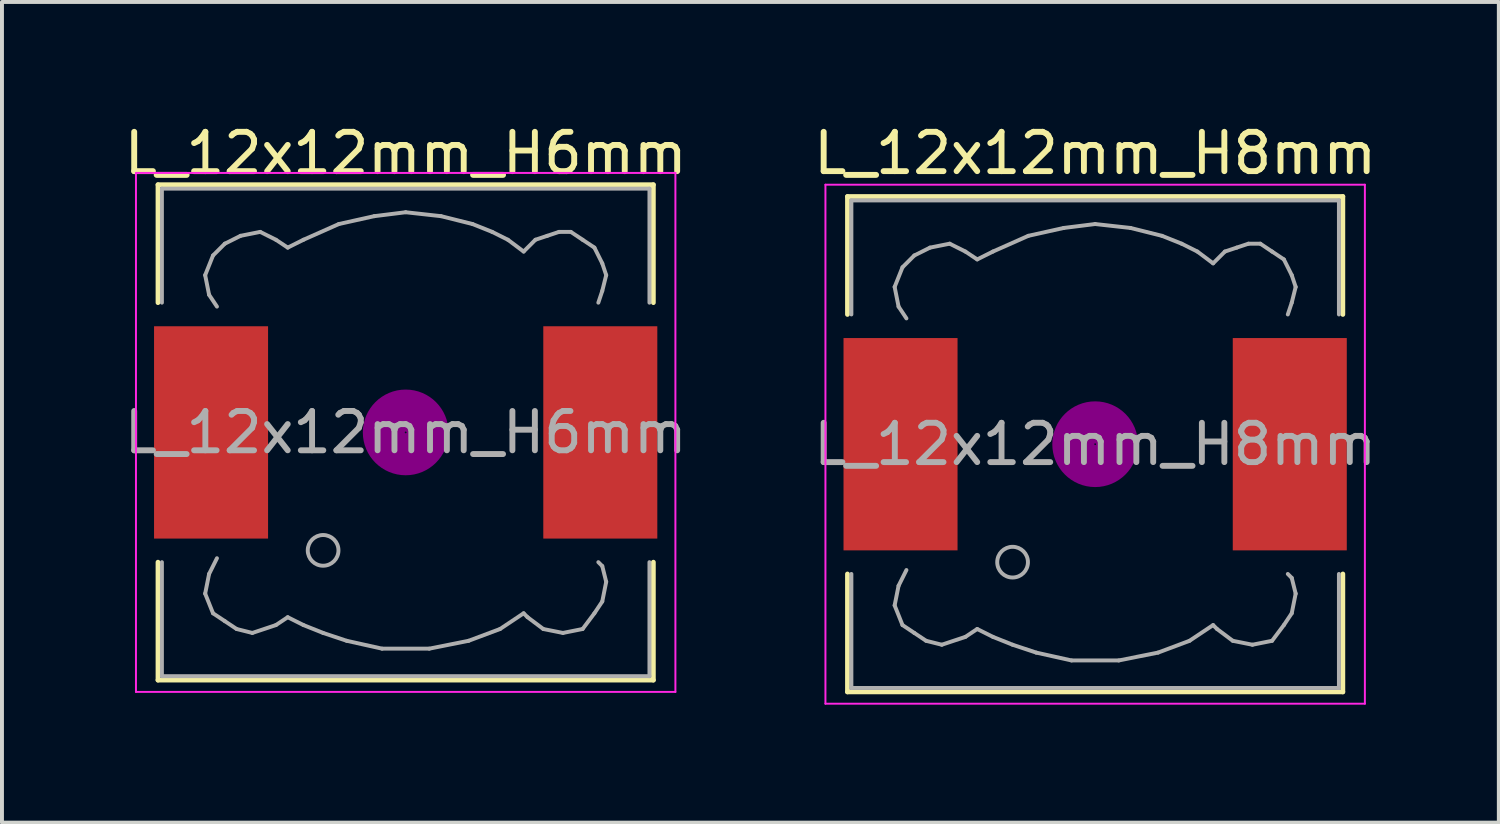
<source format=kicad_pcb>
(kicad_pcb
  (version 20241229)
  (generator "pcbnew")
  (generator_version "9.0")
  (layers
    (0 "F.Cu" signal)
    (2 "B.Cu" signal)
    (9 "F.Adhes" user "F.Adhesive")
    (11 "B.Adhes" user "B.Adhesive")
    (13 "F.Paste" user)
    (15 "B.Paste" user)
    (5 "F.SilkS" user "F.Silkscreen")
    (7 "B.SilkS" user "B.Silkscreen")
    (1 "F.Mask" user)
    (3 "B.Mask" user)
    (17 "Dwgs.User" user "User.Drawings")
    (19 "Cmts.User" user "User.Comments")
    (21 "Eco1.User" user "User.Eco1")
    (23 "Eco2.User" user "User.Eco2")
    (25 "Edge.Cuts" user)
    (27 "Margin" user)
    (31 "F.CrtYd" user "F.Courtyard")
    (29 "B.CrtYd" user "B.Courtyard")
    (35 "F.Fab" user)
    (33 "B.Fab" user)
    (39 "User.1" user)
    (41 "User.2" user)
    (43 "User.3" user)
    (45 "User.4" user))
  (footprint "L_12x12mm_H6mm"
    (layer "F.Cu")
    (at 7.268 7.948)
    (property "Reference" "L_12x12mm_H6mm" (at 0 -7.1 0) (layer "F.SilkS") (effects (font (size 1 1) (thickness 0.15))))
    (attr smd)
    (fp_line (start -6.3 -6.3) (end 6.3 -6.3) (stroke (width 0.12) (type solid)) (layer "F.SilkS"))
    (fp_line (start -6.3 -3.3) (end -6.3 -6.3) (stroke (width 0.12) (type solid)) (layer "F.SilkS"))
    (fp_line (start -6.3 6.3) (end -6.3 3.3) (stroke (width 0.12) (type solid)) (layer "F.SilkS"))
    (fp_line (start 6.3 -6.3) (end 6.3 -3.3) (stroke (width 0.12) (type solid)) (layer "F.SilkS"))
    (fp_line (start 6.3 3.3) (end 6.3 6.3) (stroke (width 0.12) (type solid)) (layer "F.SilkS"))
    (fp_line (start 6.3 6.3) (end -6.3 6.3) (stroke (width 0.12) (type solid)) (layer "F.SilkS"))
    (fp_circle (center 0 0) (end 0.15 0.15) (stroke (width 0.38) (type solid)) (fill no) (layer "F.Adhes"))
    (fp_circle (center 0 0) (end 0.55 0) (stroke (width 0.38) (type solid)) (fill no) (layer "F.Adhes"))
    (fp_circle (center 0 0) (end 0.9 0) (stroke (width 0.38) (type solid)) (fill no) (layer "F.Adhes"))
    (fp_line (start -6.86 -6.6) (end 6.86 -6.6) (stroke (width 0.05) (type solid)) (layer "F.CrtYd"))
    (fp_line (start -6.86 6.6) (end -6.86 -6.6) (stroke (width 0.05) (type solid)) (layer "F.CrtYd"))
    (fp_line (start 6.86 -6.6) (end 6.86 6.6) (stroke (width 0.05) (type solid)) (layer "F.CrtYd"))
    (fp_line (start 6.86 6.6) (end -6.86 6.6) (stroke (width 0.05) (type solid)) (layer "F.CrtYd"))
    (fp_line (start -6.2 -6.2) (end -6.2 -3.3) (stroke (width 0.1) (type solid)) (layer "F.Fab"))
    (fp_line (start -6.2 3.3) (end -6.2 6.2) (stroke (width 0.1) (type solid)) (layer "F.Fab"))
    (fp_line (start -6.2 6.2) (end 6.2 6.2) (stroke (width 0.1) (type solid)) (layer "F.Fab"))
    (fp_line (start -5.1 -4) (end -5 -3.5) (stroke (width 0.1) (type solid)) (layer "F.Fab"))
    (fp_line (start -5.1 4.1) (end -5 3.6) (stroke (width 0.1) (type solid)) (layer "F.Fab"))
    (fp_line (start -5 -3.5) (end -4.8 -3.2) (stroke (width 0.1) (type solid)) (layer "F.Fab"))
    (fp_line (start -5 3.6) (end -4.8 3.2) (stroke (width 0.1) (type solid)) (layer "F.Fab"))
    (fp_line (start -4.9 -4.5) (end -5.1 -4) (stroke (width 0.1) (type solid)) (layer "F.Fab"))
    (fp_line (start -4.9 4.6) (end -5.1 4.1) (stroke (width 0.1) (type solid)) (layer "F.Fab"))
    (fp_line (start -4.6 -4.8) (end -4.9 -4.5) (stroke (width 0.1) (type solid)) (layer "F.Fab"))
    (fp_line (start -4.6 4.8) (end -4.9 4.6) (stroke (width 0.1) (type solid)) (layer "F.Fab"))
    (fp_line (start -4.3 5) (end -4.6 4.8) (stroke (width 0.1) (type solid)) (layer "F.Fab"))
    (fp_line (start -4.2 -5) (end -4.6 -4.8) (stroke (width 0.1) (type solid)) (layer "F.Fab"))
    (fp_line (start -3.9 5.1) (end -4.3 5) (stroke (width 0.1) (type solid)) (layer "F.Fab"))
    (fp_line (start -3.7 -5.1) (end -4.2 -5) (stroke (width 0.1) (type solid)) (layer "F.Fab"))
    (fp_line (start -3.3 -4.9) (end -3.7 -5.1) (stroke (width 0.1) (type solid)) (layer "F.Fab"))
    (fp_line (start -3.3 4.9) (end -3.9 5.1) (stroke (width 0.1) (type solid)) (layer "F.Fab"))
    (fp_line (start -3 -4.7) (end -3.3 -4.9) (stroke (width 0.1) (type solid)) (layer "F.Fab"))
    (fp_line (start -3 4.7) (end -3.3 4.9) (stroke (width 0.1) (type solid)) (layer "F.Fab"))
    (fp_line (start -2.6 -4.9) (end -3 -4.7) (stroke (width 0.1) (type solid)) (layer "F.Fab"))
    (fp_line (start -2.6 4.9) (end -3 4.7) (stroke (width 0.1) (type solid)) (layer "F.Fab"))
    (fp_line (start -2.1 5.1) (end -2.6 4.9) (stroke (width 0.1) (type solid)) (layer "F.Fab"))
    (fp_line (start -1.7 -5.3) (end -2.6 -4.9) (stroke (width 0.1) (type solid)) (layer "F.Fab"))
    (fp_line (start -1.5 5.3) (end -2.1 5.1) (stroke (width 0.1) (type solid)) (layer "F.Fab"))
    (fp_line (start -0.8 -5.5) (end -1.7 -5.3) (stroke (width 0.1) (type solid)) (layer "F.Fab"))
    (fp_line (start -0.6 5.5) (end -1.5 5.3) (stroke (width 0.1) (type solid)) (layer "F.Fab"))
    (fp_line (start 0 -5.6) (end -0.8 -5.5) (stroke (width 0.1) (type solid)) (layer "F.Fab"))
    (fp_line (start 0.6 5.5) (end -0.6 5.5) (stroke (width 0.1) (type solid)) (layer "F.Fab"))
    (fp_line (start 0.9 -5.5) (end 0 -5.6) (stroke (width 0.1) (type solid)) (layer "F.Fab"))
    (fp_line (start 1.6 5.3) (end 0.6 5.5) (stroke (width 0.1) (type solid)) (layer "F.Fab"))
    (fp_line (start 1.7 -5.3) (end 0.9 -5.5) (stroke (width 0.1) (type solid)) (layer "F.Fab"))
    (fp_line (start 2.2 -5.1) (end 1.7 -5.3) (stroke (width 0.1) (type solid)) (layer "F.Fab"))
    (fp_line (start 2.4 5) (end 1.6 5.3) (stroke (width 0.1) (type solid)) (layer "F.Fab"))
    (fp_line (start 2.6 -4.9) (end 2.2 -5.1) (stroke (width 0.1) (type solid)) (layer "F.Fab"))
    (fp_line (start 3 -4.6) (end 2.6 -4.9) (stroke (width 0.1) (type solid)) (layer "F.Fab"))
    (fp_line (start 3 4.6) (end 2.4 5) (stroke (width 0.1) (type solid)) (layer "F.Fab"))
    (fp_line (start 3.1 4.7) (end 3 4.6) (stroke (width 0.1) (type solid)) (layer "F.Fab"))
    (fp_line (start 3.3 -4.9) (end 3 -4.6) (stroke (width 0.1) (type solid)) (layer "F.Fab"))
    (fp_line (start 3.5 5) (end 3.1 4.7) (stroke (width 0.1) (type solid)) (layer "F.Fab"))
    (fp_line (start 3.6 -5) (end 3.3 -4.9) (stroke (width 0.1) (type solid)) (layer "F.Fab"))
    (fp_line (start 3.9 -5.1) (end 3.6 -5) (stroke (width 0.1) (type solid)) (layer "F.Fab"))
    (fp_line (start 4 5.1) (end 3.5 5) (stroke (width 0.1) (type solid)) (layer "F.Fab"))
    (fp_line (start 4.2 -5.1) (end 3.9 -5.1) (stroke (width 0.1) (type solid)) (layer "F.Fab"))
    (fp_line (start 4.5 -4.9) (end 4.2 -5.1) (stroke (width 0.1) (type solid)) (layer "F.Fab"))
    (fp_line (start 4.5 5) (end 4 5.1) (stroke (width 0.1) (type solid)) (layer "F.Fab"))
    (fp_line (start 4.8 -4.7) (end 4.5 -4.9) (stroke (width 0.1) (type solid)) (layer "F.Fab"))
    (fp_line (start 4.8 4.6) (end 4.5 5) (stroke (width 0.1) (type solid)) (layer "F.Fab"))
    (fp_line (start 4.9 -3.3) (end 5 -3.6) (stroke (width 0.1) (type solid)) (layer "F.Fab"))
    (fp_line (start 4.9 3.3) (end 5 3.4) (stroke (width 0.1) (type solid)) (layer "F.Fab"))
    (fp_line (start 5 -4.3) (end 4.8 -4.7) (stroke (width 0.1) (type solid)) (layer "F.Fab"))
    (fp_line (start 5 -3.6) (end 5.1 -4) (stroke (width 0.1) (type solid)) (layer "F.Fab"))
    (fp_line (start 5 3.4) (end 5.1 3.8) (stroke (width 0.1) (type solid)) (layer "F.Fab"))
    (fp_line (start 5 4.3) (end 4.8 4.6) (stroke (width 0.1) (type solid)) (layer "F.Fab"))
    (fp_line (start 5.1 -4) (end 5 -4.3) (stroke (width 0.1) (type solid)) (layer "F.Fab"))
    (fp_line (start 5.1 3.8) (end 5 4.3) (stroke (width 0.1) (type solid)) (layer "F.Fab"))
    (fp_line (start 6.2 -6.2) (end -6.2 -6.2) (stroke (width 0.1) (type solid)) (layer "F.Fab"))
    (fp_line (start 6.2 -6.2) (end 6.2 -3.3) (stroke (width 0.1) (type solid)) (layer "F.Fab"))
    (fp_line (start 6.2 6.2) (end 6.2 3.3) (stroke (width 0.1) (type solid)) (layer "F.Fab"))
    (fp_circle (center -2.1 3) (end -1.8 3.25) (stroke (width 0.1) (type solid)) (fill no) (layer "F.Fab"))
    (fp_text user "${REFERENCE}" (at 0 0 0) (layer "F.Fab") (effects (font (size 1 1) (thickness 0.15))))
    (pad "1" smd rect (at -4.95 0) (size 2.9 5.4) (layers "F.Cu" "F.Mask" "F.Paste"))
    (pad "2" smd rect (at 4.95 0) (size 2.9 5.4) (layers "F.Cu" "F.Mask" "F.Paste")))
  (footprint "L_12x12mm_H8mm"
    (layer "F.Cu")
    (at 24.804 8.248)
    (property "Reference" "L_12x12mm_H8mm" (at 0 -7.4 0) (layer "F.SilkS") (effects (font (size 1 1) (thickness 0.15))))
    (attr smd)
    (fp_line (start -6.3 -6.3) (end 6.3 -6.3) (stroke (width 0.12) (type solid)) (layer "F.SilkS"))
    (fp_line (start -6.3 -3.3) (end -6.3 -6.3) (stroke (width 0.12) (type solid)) (layer "F.SilkS"))
    (fp_line (start -6.3 6.3) (end -6.3 3.3) (stroke (width 0.12) (type solid)) (layer "F.SilkS"))
    (fp_line (start 6.3 -6.3) (end 6.3 -3.3) (stroke (width 0.12) (type solid)) (layer "F.SilkS"))
    (fp_line (start 6.3 3.3) (end 6.3 6.3) (stroke (width 0.12) (type solid)) (layer "F.SilkS"))
    (fp_line (start 6.3 6.3) (end -6.3 6.3) (stroke (width 0.12) (type solid)) (layer "F.SilkS"))
    (fp_circle (center 0 0) (end 0.15 0.15) (stroke (width 0.38) (type solid)) (fill no) (layer "F.Adhes"))
    (fp_circle (center 0 0) (end 0.55 0) (stroke (width 0.38) (type solid)) (fill no) (layer "F.Adhes"))
    (fp_circle (center 0 0) (end 0.9 0) (stroke (width 0.38) (type solid)) (fill no) (layer "F.Adhes"))
    (fp_line (start -6.86 -6.6) (end 6.86 -6.6) (stroke (width 0.05) (type solid)) (layer "F.CrtYd"))
    (fp_line (start -6.86 6.6) (end -6.86 -6.6) (stroke (width 0.05) (type solid)) (layer "F.CrtYd"))
    (fp_line (start 6.86 -6.6) (end 6.86 6.6) (stroke (width 0.05) (type solid)) (layer "F.CrtYd"))
    (fp_line (start 6.86 6.6) (end -6.86 6.6) (stroke (width 0.05) (type solid)) (layer "F.CrtYd"))
    (fp_line (start -6.2 -6.2) (end -6.2 -3.3) (stroke (width 0.1) (type solid)) (layer "F.Fab"))
    (fp_line (start -6.2 3.3) (end -6.2 6.2) (stroke (width 0.1) (type solid)) (layer "F.Fab"))
    (fp_line (start -6.2 6.2) (end 6.2 6.2) (stroke (width 0.1) (type solid)) (layer "F.Fab"))
    (fp_line (start -5.1 -4) (end -5 -3.5) (stroke (width 0.1) (type solid)) (layer "F.Fab"))
    (fp_line (start -5.1 4.1) (end -5 3.6) (stroke (width 0.1) (type solid)) (layer "F.Fab"))
    (fp_line (start -5 -3.5) (end -4.8 -3.2) (stroke (width 0.1) (type solid)) (layer "F.Fab"))
    (fp_line (start -5 3.6) (end -4.8 3.2) (stroke (width 0.1) (type solid)) (layer "F.Fab"))
    (fp_line (start -4.9 -4.5) (end -5.1 -4) (stroke (width 0.1) (type solid)) (layer "F.Fab"))
    (fp_line (start -4.9 4.6) (end -5.1 4.1) (stroke (width 0.1) (type solid)) (layer "F.Fab"))
    (fp_line (start -4.6 -4.8) (end -4.9 -4.5) (stroke (width 0.1) (type solid)) (layer "F.Fab"))
    (fp_line (start -4.6 4.8) (end -4.9 4.6) (stroke (width 0.1) (type solid)) (layer "F.Fab"))
    (fp_line (start -4.3 5) (end -4.6 4.8) (stroke (width 0.1) (type solid)) (layer "F.Fab"))
    (fp_line (start -4.2 -5) (end -4.6 -4.8) (stroke (width 0.1) (type solid)) (layer "F.Fab"))
    (fp_line (start -3.9 5.1) (end -4.3 5) (stroke (width 0.1) (type solid)) (layer "F.Fab"))
    (fp_line (start -3.7 -5.1) (end -4.2 -5) (stroke (width 0.1) (type solid)) (layer "F.Fab"))
    (fp_line (start -3.3 -4.9) (end -3.7 -5.1) (stroke (width 0.1) (type solid)) (layer "F.Fab"))
    (fp_line (start -3.3 4.9) (end -3.9 5.1) (stroke (width 0.1) (type solid)) (layer "F.Fab"))
    (fp_line (start -3 -4.7) (end -3.3 -4.9) (stroke (width 0.1) (type solid)) (layer "F.Fab"))
    (fp_line (start -3 4.7) (end -3.3 4.9) (stroke (width 0.1) (type solid)) (layer "F.Fab"))
    (fp_line (start -2.6 -4.9) (end -3 -4.7) (stroke (width 0.1) (type solid)) (layer "F.Fab"))
    (fp_line (start -2.6 4.9) (end -3 4.7) (stroke (width 0.1) (type solid)) (layer "F.Fab"))
    (fp_line (start -2.1 5.1) (end -2.6 4.9) (stroke (width 0.1) (type solid)) (layer "F.Fab"))
    (fp_line (start -1.7 -5.3) (end -2.6 -4.9) (stroke (width 0.1) (type solid)) (layer "F.Fab"))
    (fp_line (start -1.5 5.3) (end -2.1 5.1) (stroke (width 0.1) (type solid)) (layer "F.Fab"))
    (fp_line (start -0.8 -5.5) (end -1.7 -5.3) (stroke (width 0.1) (type solid)) (layer "F.Fab"))
    (fp_line (start -0.6 5.5) (end -1.5 5.3) (stroke (width 0.1) (type solid)) (layer "F.Fab"))
    (fp_line (start 0 -5.6) (end -0.8 -5.5) (stroke (width 0.1) (type solid)) (layer "F.Fab"))
    (fp_line (start 0.6 5.5) (end -0.6 5.5) (stroke (width 0.1) (type solid)) (layer "F.Fab"))
    (fp_line (start 0.9 -5.5) (end 0 -5.6) (stroke (width 0.1) (type solid)) (layer "F.Fab"))
    (fp_line (start 1.6 5.3) (end 0.6 5.5) (stroke (width 0.1) (type solid)) (layer "F.Fab"))
    (fp_line (start 1.7 -5.3) (end 0.9 -5.5) (stroke (width 0.1) (type solid)) (layer "F.Fab"))
    (fp_line (start 2.2 -5.1) (end 1.7 -5.3) (stroke (width 0.1) (type solid)) (layer "F.Fab"))
    (fp_line (start 2.4 5) (end 1.6 5.3) (stroke (width 0.1) (type solid)) (layer "F.Fab"))
    (fp_line (start 2.6 -4.9) (end 2.2 -5.1) (stroke (width 0.1) (type solid)) (layer "F.Fab"))
    (fp_line (start 3 -4.6) (end 2.6 -4.9) (stroke (width 0.1) (type solid)) (layer "F.Fab"))
    (fp_line (start 3 4.6) (end 2.4 5) (stroke (width 0.1) (type solid)) (layer "F.Fab"))
    (fp_line (start 3.1 4.7) (end 3 4.6) (stroke (width 0.1) (type solid)) (layer "F.Fab"))
    (fp_line (start 3.3 -4.9) (end 3 -4.6) (stroke (width 0.1) (type solid)) (layer "F.Fab"))
    (fp_line (start 3.5 5) (end 3.1 4.7) (stroke (width 0.1) (type solid)) (layer "F.Fab"))
    (fp_line (start 3.6 -5) (end 3.3 -4.9) (stroke (width 0.1) (type solid)) (layer "F.Fab"))
    (fp_line (start 3.9 -5.1) (end 3.6 -5) (stroke (width 0.1) (type solid)) (layer "F.Fab"))
    (fp_line (start 4 5.1) (end 3.5 5) (stroke (width 0.1) (type solid)) (layer "F.Fab"))
    (fp_line (start 4.2 -5.1) (end 3.9 -5.1) (stroke (width 0.1) (type solid)) (layer "F.Fab"))
    (fp_line (start 4.5 -4.9) (end 4.2 -5.1) (stroke (width 0.1) (type solid)) (layer "F.Fab"))
    (fp_line (start 4.5 5) (end 4 5.1) (stroke (width 0.1) (type solid)) (layer "F.Fab"))
    (fp_line (start 4.8 -4.7) (end 4.5 -4.9) (stroke (width 0.1) (type solid)) (layer "F.Fab"))
    (fp_line (start 4.8 4.6) (end 4.5 5) (stroke (width 0.1) (type solid)) (layer "F.Fab"))
    (fp_line (start 4.9 -3.3) (end 5 -3.6) (stroke (width 0.1) (type solid)) (layer "F.Fab"))
    (fp_line (start 4.9 3.3) (end 5 3.4) (stroke (width 0.1) (type solid)) (layer "F.Fab"))
    (fp_line (start 5 -4.3) (end 4.8 -4.7) (stroke (width 0.1) (type solid)) (layer "F.Fab"))
    (fp_line (start 5 -3.6) (end 5.1 -4) (stroke (width 0.1) (type solid)) (layer "F.Fab"))
    (fp_line (start 5 3.4) (end 5.1 3.8) (stroke (width 0.1) (type solid)) (layer "F.Fab"))
    (fp_line (start 5 4.3) (end 4.8 4.6) (stroke (width 0.1) (type solid)) (layer "F.Fab"))
    (fp_line (start 5.1 -4) (end 5 -4.3) (stroke (width 0.1) (type solid)) (layer "F.Fab"))
    (fp_line (start 5.1 3.8) (end 5 4.3) (stroke (width 0.1) (type solid)) (layer "F.Fab"))
    (fp_line (start 6.2 -6.2) (end -6.2 -6.2) (stroke (width 0.1) (type solid)) (layer "F.Fab"))
    (fp_line (start 6.2 -6.2) (end 6.2 -3.3) (stroke (width 0.1) (type solid)) (layer "F.Fab"))
    (fp_line (start 6.2 6.2) (end 6.2 3.3) (stroke (width 0.1) (type solid)) (layer "F.Fab"))
    (fp_circle (center -2.1 3) (end -1.8 3.25) (stroke (width 0.1) (type solid)) (fill no) (layer "F.Fab"))
    (fp_text user "${REFERENCE}" (at 0 0 0) (layer "F.Fab") (effects (font (size 1 1) (thickness 0.15))))
    (pad "1" smd rect (at -4.95 0) (size 2.9 5.4) (layers "F.Cu" "F.Mask" "F.Paste"))
    (pad "2" smd rect (at 4.95 0) (size 2.9 5.4) (layers "F.Cu" "F.Mask" "F.Paste")))
  (gr_rect
    (start -3 -3)
    (end 35.071 17.873)
    (stroke (width 0.1) (type default))
    (fill no)
    (layer "Edge.Cuts")))
</source>
